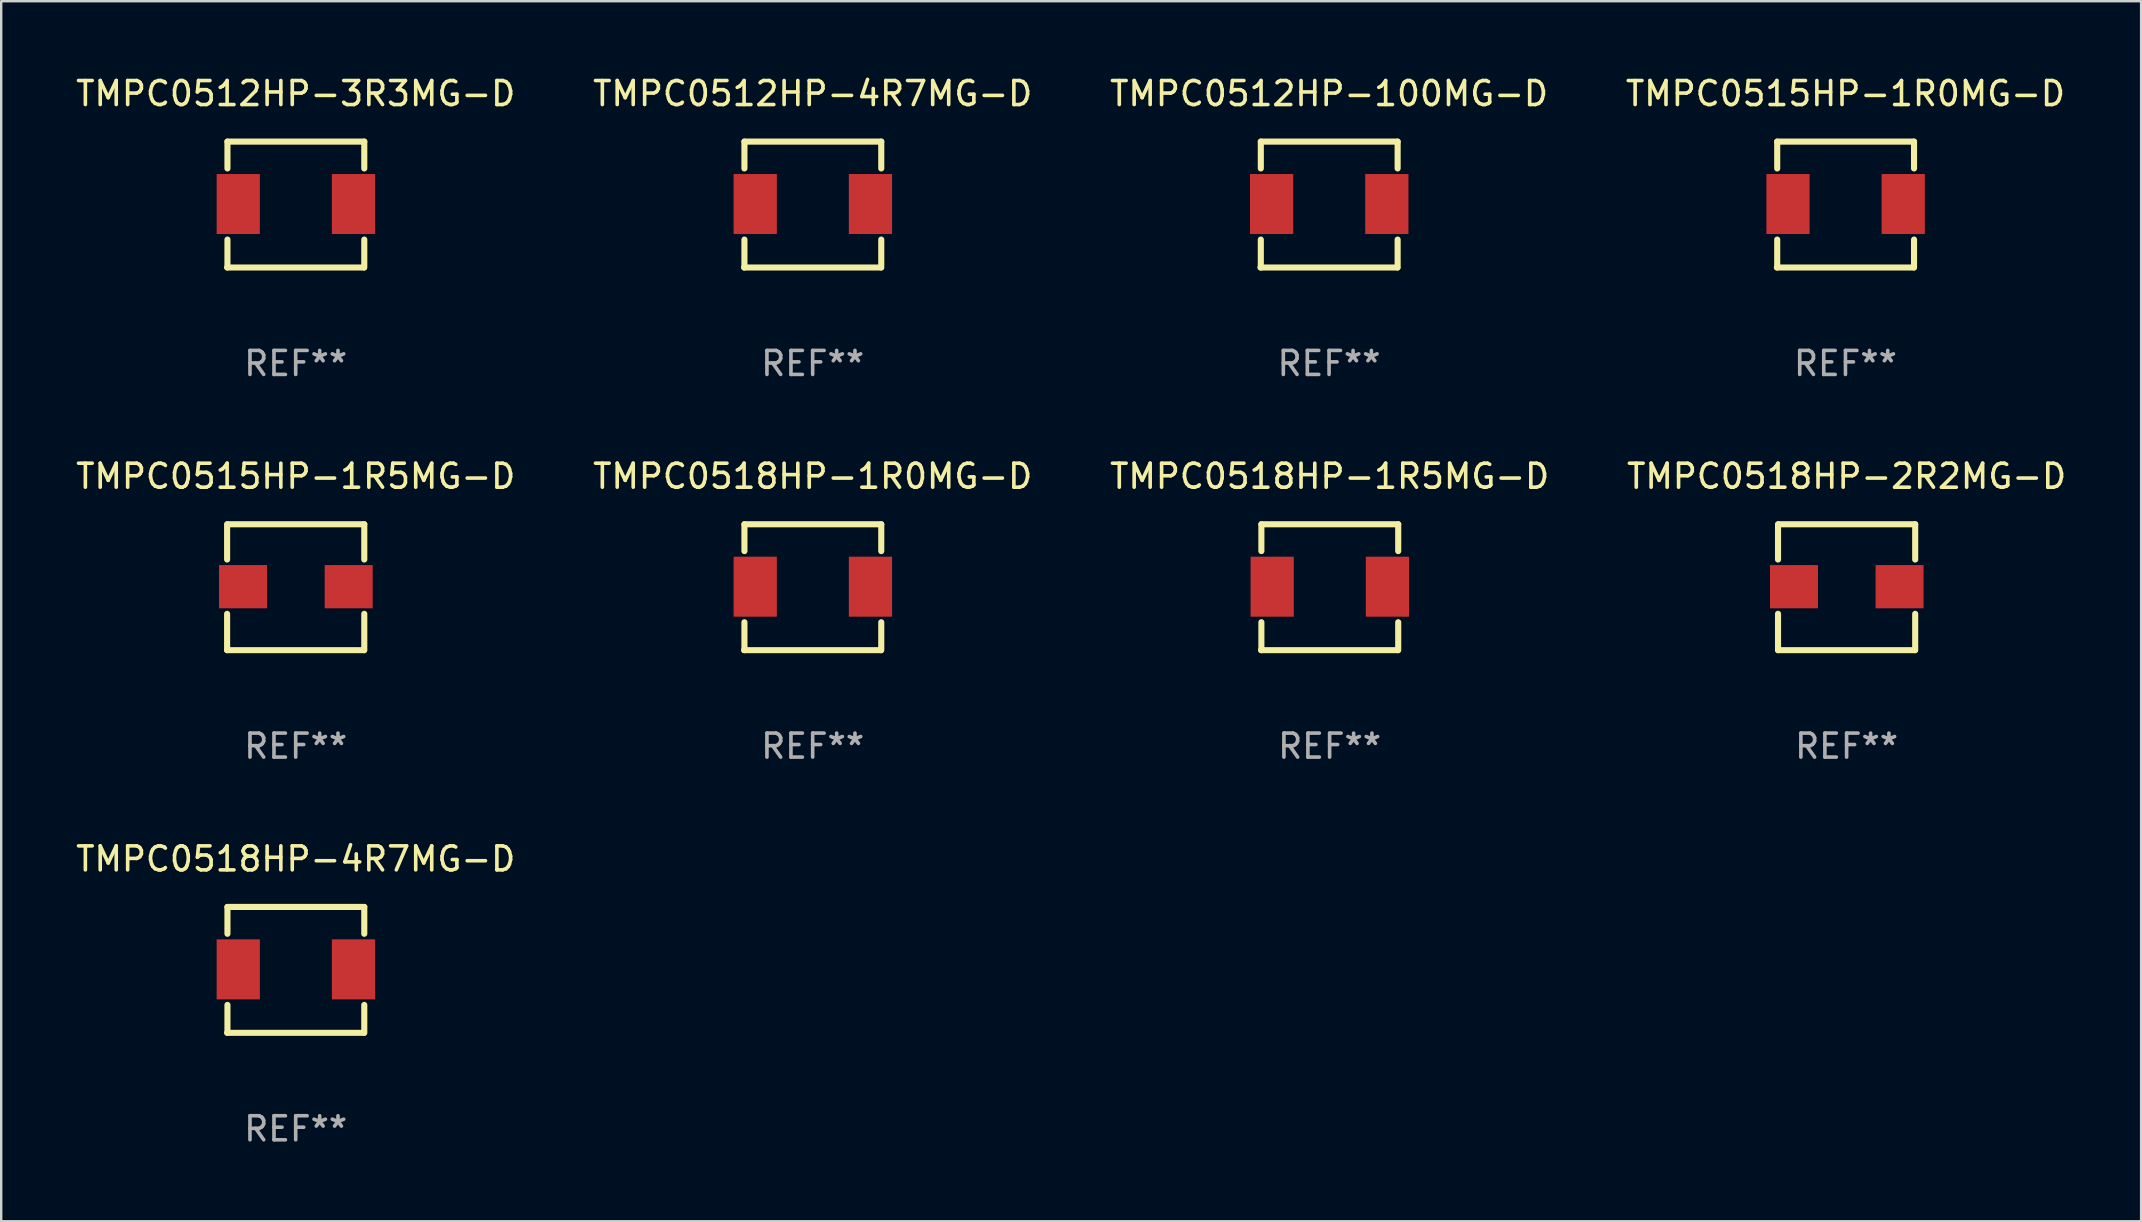
<source format=kicad_pcb>
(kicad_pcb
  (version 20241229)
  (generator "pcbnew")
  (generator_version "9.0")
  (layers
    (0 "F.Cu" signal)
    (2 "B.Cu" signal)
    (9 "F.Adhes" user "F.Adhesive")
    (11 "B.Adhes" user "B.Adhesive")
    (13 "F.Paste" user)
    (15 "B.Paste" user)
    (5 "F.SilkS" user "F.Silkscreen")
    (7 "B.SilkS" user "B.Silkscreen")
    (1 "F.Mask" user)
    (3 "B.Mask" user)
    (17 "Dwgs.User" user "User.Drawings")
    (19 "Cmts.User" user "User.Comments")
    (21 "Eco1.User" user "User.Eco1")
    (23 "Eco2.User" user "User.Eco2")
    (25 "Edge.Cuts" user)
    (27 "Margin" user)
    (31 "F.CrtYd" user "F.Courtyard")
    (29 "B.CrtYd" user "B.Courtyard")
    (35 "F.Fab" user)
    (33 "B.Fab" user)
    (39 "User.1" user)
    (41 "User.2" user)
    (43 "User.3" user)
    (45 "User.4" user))
  (footprint "TMPC0518HP-1R0MG-D"
    (layer "F.Cu")
    (at 30.804 21.412)
    (property "Reference" "TMPC0518HP-1R0MG-D" (at 0 -4.622 0) (layer "F.SilkS") (effects (font (size 1 1) (thickness 0.15))))
    (attr through_hole)
    (fp_line (start -2.843 -2.622) (end -2.843 -1.504) (stroke (width 0.254) (type solid)) (layer "F.SilkS"))
    (fp_line (start -2.843 -2.622) (end 2.857 -2.622) (stroke (width 0.254) (type solid)) (layer "F.SilkS"))
    (fp_line (start -2.843 1.459) (end -2.843 2.622) (stroke (width 0.254) (type solid)) (layer "F.SilkS"))
    (fp_line (start 2.843 2.622) (end -2.857 2.622) (stroke (width 0.254) (type solid)) (layer "F.SilkS"))
    (fp_line (start 2.857 -2.622) (end 2.857 -1.504) (stroke (width 0.254) (type solid)) (layer "F.SilkS"))
    (fp_line (start 2.857 1.459) (end 2.857 2.622) (stroke (width 0.254) (type solid)) (layer "F.SilkS"))
    (fp_circle (center -2.843 2.578) (end -2.813 2.578) (stroke (width 0.06) (type solid)) (fill no) (layer "F.SilkS"))
    (fp_text user "REF**" (at 0 6.622 0) (layer "F.Fab") (effects (font (size 1 1) (thickness 0.15))))
    (pad "1" smd rect (at -2.393 -0.022 270) (size 2.5 1.8) (layers "F.Cu" "F.Mask" "F.Paste"))
    (pad "2" smd rect (at 2.407 -0.022 270) (size 2.5 1.8) (layers "F.Cu" "F.Mask" "F.Paste")))
  (footprint "TMPC0512HP-3R3MG-D"
    (layer "F.Cu")
    (at 9.268 5.471)
    (property "Reference" "TMPC0512HP-3R3MG-D" (at 0 -4.622 0) (layer "F.SilkS") (effects (font (size 1 1) (thickness 0.15))))
    (attr through_hole)
    (fp_line (start -2.843 -2.622) (end -2.843 -1.504) (stroke (width 0.254) (type solid)) (layer "F.SilkS"))
    (fp_line (start -2.843 -2.622) (end 2.857 -2.622) (stroke (width 0.254) (type solid)) (layer "F.SilkS"))
    (fp_line (start -2.843 1.459) (end -2.843 2.622) (stroke (width 0.254) (type solid)) (layer "F.SilkS"))
    (fp_line (start 2.843 2.622) (end -2.857 2.622) (stroke (width 0.254) (type solid)) (layer "F.SilkS"))
    (fp_line (start 2.857 -2.622) (end 2.857 -1.504) (stroke (width 0.254) (type solid)) (layer "F.SilkS"))
    (fp_line (start 2.857 1.459) (end 2.857 2.622) (stroke (width 0.254) (type solid)) (layer "F.SilkS"))
    (fp_circle (center -2.843 2.578) (end -2.813 2.578) (stroke (width 0.06) (type solid)) (fill no) (layer "F.SilkS"))
    (fp_text user "REF**" (at 0 6.622 0) (layer "F.Fab") (effects (font (size 1 1) (thickness 0.15))))
    (pad "1" smd rect (at -2.393 -0.022 270) (size 2.5 1.8) (layers "F.Cu" "F.Mask" "F.Paste"))
    (pad "2" smd rect (at 2.407 -0.022 270) (size 2.5 1.8) (layers "F.Cu" "F.Mask" "F.Paste")))
  (footprint "TMPC0518HP-4R7MG-D"
    (layer "F.Cu")
    (at 9.268 37.353)
    (property "Reference" "TMPC0518HP-4R7MG-D" (at 0 -4.622 0) (layer "F.SilkS") (effects (font (size 1 1) (thickness 0.15))))
    (attr through_hole)
    (fp_line (start -2.843 -2.622) (end -2.843 -1.504) (stroke (width 0.254) (type solid)) (layer "F.SilkS"))
    (fp_line (start -2.843 -2.622) (end 2.857 -2.622) (stroke (width 0.254) (type solid)) (layer "F.SilkS"))
    (fp_line (start -2.843 1.459) (end -2.843 2.622) (stroke (width 0.254) (type solid)) (layer "F.SilkS"))
    (fp_line (start 2.843 2.622) (end -2.857 2.622) (stroke (width 0.254) (type solid)) (layer "F.SilkS"))
    (fp_line (start 2.857 -2.622) (end 2.857 -1.504) (stroke (width 0.254) (type solid)) (layer "F.SilkS"))
    (fp_line (start 2.857 1.459) (end 2.857 2.622) (stroke (width 0.254) (type solid)) (layer "F.SilkS"))
    (fp_circle (center -2.843 2.578) (end -2.813 2.578) (stroke (width 0.06) (type solid)) (fill no) (layer "F.SilkS"))
    (fp_text user "REF**" (at 0 6.622 0) (layer "F.Fab") (effects (font (size 1 1) (thickness 0.15))))
    (pad "1" smd rect (at -2.393 -0.022 270) (size 2.5 1.8) (layers "F.Cu" "F.Mask" "F.Paste"))
    (pad "2" smd rect (at 2.407 -0.022 270) (size 2.5 1.8) (layers "F.Cu" "F.Mask" "F.Paste")))
  (footprint "TMPC0515HP-1R0MG-D"
    (layer "F.Cu")
    (at 73.827 5.471)
    (property "Reference" "TMPC0515HP-1R0MG-D" (at 0 -4.622 0) (layer "F.SilkS") (effects (font (size 1 1) (thickness 0.15))))
    (attr through_hole)
    (fp_line (start -2.843 -2.622) (end -2.843 -1.504) (stroke (width 0.254) (type solid)) (layer "F.SilkS"))
    (fp_line (start -2.843 -2.622) (end 2.857 -2.622) (stroke (width 0.254) (type solid)) (layer "F.SilkS"))
    (fp_line (start -2.843 1.459) (end -2.843 2.622) (stroke (width 0.254) (type solid)) (layer "F.SilkS"))
    (fp_line (start 2.843 2.622) (end -2.857 2.622) (stroke (width 0.254) (type solid)) (layer "F.SilkS"))
    (fp_line (start 2.857 -2.622) (end 2.857 -1.504) (stroke (width 0.254) (type solid)) (layer "F.SilkS"))
    (fp_line (start 2.857 1.459) (end 2.857 2.622) (stroke (width 0.254) (type solid)) (layer "F.SilkS"))
    (fp_circle (center -2.843 2.578) (end -2.813 2.578) (stroke (width 0.06) (type solid)) (fill no) (layer "F.SilkS"))
    (fp_text user "REF**" (at 0 6.622 0) (layer "F.Fab") (effects (font (size 1 1) (thickness 0.15))))
    (pad "1" smd rect (at -2.393 -0.022 270) (size 2.5 1.8) (layers "F.Cu" "F.Mask" "F.Paste"))
    (pad "2" smd rect (at 2.407 -0.022 270) (size 2.5 1.8) (layers "F.Cu" "F.Mask" "F.Paste")))
  (footprint "TMPC0518HP-2R2MG-D"
    (layer "F.Cu")
    (at 73.875 21.412)
    (property "Reference" "TMPC0518HP-2R2MG-D" (at 0 -4.622 0) (layer "F.SilkS") (effects (font (size 1 1) (thickness 0.15))))
    (attr through_hole)
    (fp_line (start -2.857 -1.154) (end -2.857 -2.622) (stroke (width 0.254) (type solid)) (layer "F.SilkS"))
    (fp_line (start -2.857 2.622) (end -2.857 1.109) (stroke (width 0.254) (type solid)) (layer "F.SilkS"))
    (fp_line (start -2.843 -2.622) (end 2.857 -2.622) (stroke (width 0.254) (type solid)) (layer "F.SilkS"))
    (fp_line (start 2.843 2.622) (end -2.857 2.622) (stroke (width 0.254) (type solid)) (layer "F.SilkS"))
    (fp_line (start 2.857 -2.622) (end 2.857 -1.154) (stroke (width 0.254) (type solid)) (layer "F.SilkS"))
    (fp_line (start 2.857 1.109) (end 2.857 2.622) (stroke (width 0.254) (type solid)) (layer "F.SilkS"))
    (fp_circle (center -2.843 2.578) (end -2.813 2.578) (stroke (width 0.06) (type solid)) (fill no) (layer "F.SilkS"))
    (fp_text user "REF**" (at 0 6.622 0) (layer "F.Fab") (effects (font (size 1 1) (thickness 0.15))))
    (pad "1" smd rect (at -2.193 -0.022 270) (size 1.8 2) (layers "F.Cu" "F.Mask" "F.Paste"))
    (pad "2" smd rect (at 2.207 -0.022 270) (size 1.8 2) (layers "F.Cu" "F.Mask" "F.Paste")))
  (footprint "TMPC0512HP-100MG-D"
    (layer "F.Cu")
    (at 52.315 5.471)
    (property "Reference" "TMPC0512HP-100MG-D" (at 0 -4.622 0) (layer "F.SilkS") (effects (font (size 1 1) (thickness 0.15))))
    (attr through_hole)
    (fp_line (start -2.843 -2.622) (end -2.843 -1.504) (stroke (width 0.254) (type solid)) (layer "F.SilkS"))
    (fp_line (start -2.843 -2.622) (end 2.857 -2.622) (stroke (width 0.254) (type solid)) (layer "F.SilkS"))
    (fp_line (start -2.843 1.459) (end -2.843 2.622) (stroke (width 0.254) (type solid)) (layer "F.SilkS"))
    (fp_line (start 2.843 2.622) (end -2.857 2.622) (stroke (width 0.254) (type solid)) (layer "F.SilkS"))
    (fp_line (start 2.857 -2.622) (end 2.857 -1.504) (stroke (width 0.254) (type solid)) (layer "F.SilkS"))
    (fp_line (start 2.857 1.459) (end 2.857 2.622) (stroke (width 0.254) (type solid)) (layer "F.SilkS"))
    (fp_circle (center -2.843 2.578) (end -2.813 2.578) (stroke (width 0.06) (type solid)) (fill no) (layer "F.SilkS"))
    (fp_text user "REF**" (at 0 6.622 0) (layer "F.Fab") (effects (font (size 1 1) (thickness 0.15))))
    (pad "1" smd rect (at -2.393 -0.022 270) (size 2.5 1.8) (layers "F.Cu" "F.Mask" "F.Paste"))
    (pad "2" smd rect (at 2.407 -0.022 270) (size 2.5 1.8) (layers "F.Cu" "F.Mask" "F.Paste")))
  (footprint "TMPC0518HP-1R5MG-D"
    (layer "F.Cu")
    (at 52.339 21.412)
    (property "Reference" "TMPC0518HP-1R5MG-D" (at 0 -4.622 0) (layer "F.SilkS") (effects (font (size 1 1) (thickness 0.15))))
    (attr through_hole)
    (fp_line (start -2.843 -2.622) (end -2.843 -1.504) (stroke (width 0.254) (type solid)) (layer "F.SilkS"))
    (fp_line (start -2.843 -2.622) (end 2.857 -2.622) (stroke (width 0.254) (type solid)) (layer "F.SilkS"))
    (fp_line (start -2.843 1.459) (end -2.843 2.622) (stroke (width 0.254) (type solid)) (layer "F.SilkS"))
    (fp_line (start 2.843 2.622) (end -2.857 2.622) (stroke (width 0.254) (type solid)) (layer "F.SilkS"))
    (fp_line (start 2.857 -2.622) (end 2.857 -1.504) (stroke (width 0.254) (type solid)) (layer "F.SilkS"))
    (fp_line (start 2.857 1.459) (end 2.857 2.622) (stroke (width 0.254) (type solid)) (layer "F.SilkS"))
    (fp_circle (center -2.843 2.578) (end -2.813 2.578) (stroke (width 0.06) (type solid)) (fill no) (layer "F.SilkS"))
    (fp_text user "REF**" (at 0 6.622 0) (layer "F.Fab") (effects (font (size 1 1) (thickness 0.15))))
    (pad "1" smd rect (at -2.393 -0.022 270) (size 2.5 1.8) (layers "F.Cu" "F.Mask" "F.Paste"))
    (pad "2" smd rect (at 2.407 -0.022 270) (size 2.5 1.8) (layers "F.Cu" "F.Mask" "F.Paste")))
  (footprint "TMPC0512HP-4R7MG-D"
    (layer "F.Cu")
    (at 30.804 5.471)
    (property "Reference" "TMPC0512HP-4R7MG-D" (at 0 -4.622 0) (layer "F.SilkS") (effects (font (size 1 1) (thickness 0.15))))
    (attr through_hole)
    (fp_line (start -2.843 -2.622) (end -2.843 -1.504) (stroke (width 0.254) (type solid)) (layer "F.SilkS"))
    (fp_line (start -2.843 -2.622) (end 2.857 -2.622) (stroke (width 0.254) (type solid)) (layer "F.SilkS"))
    (fp_line (start -2.843 1.459) (end -2.843 2.622) (stroke (width 0.254) (type solid)) (layer "F.SilkS"))
    (fp_line (start 2.843 2.622) (end -2.857 2.622) (stroke (width 0.254) (type solid)) (layer "F.SilkS"))
    (fp_line (start 2.857 -2.622) (end 2.857 -1.504) (stroke (width 0.254) (type solid)) (layer "F.SilkS"))
    (fp_line (start 2.857 1.459) (end 2.857 2.622) (stroke (width 0.254) (type solid)) (layer "F.SilkS"))
    (fp_circle (center -2.843 2.578) (end -2.813 2.578) (stroke (width 0.06) (type solid)) (fill no) (layer "F.SilkS"))
    (fp_text user "REF**" (at 0 6.622 0) (layer "F.Fab") (effects (font (size 1 1) (thickness 0.15))))
    (pad "1" smd rect (at -2.393 -0.022 270) (size 2.5 1.8) (layers "F.Cu" "F.Mask" "F.Paste"))
    (pad "2" smd rect (at 2.407 -0.022 270) (size 2.5 1.8) (layers "F.Cu" "F.Mask" "F.Paste")))
  (footprint "TMPC0515HP-1R5MG-D"
    (layer "F.Cu")
    (at 9.268 21.412)
    (property "Reference" "TMPC0515HP-1R5MG-D" (at 0 -4.622 0) (layer "F.SilkS") (effects (font (size 1 1) (thickness 0.15))))
    (attr through_hole)
    (fp_line (start -2.857 -1.154) (end -2.857 -2.622) (stroke (width 0.254) (type solid)) (layer "F.SilkS"))
    (fp_line (start -2.857 2.622) (end -2.857 1.109) (stroke (width 0.254) (type solid)) (layer "F.SilkS"))
    (fp_line (start -2.843 -2.622) (end 2.857 -2.622) (stroke (width 0.254) (type solid)) (layer "F.SilkS"))
    (fp_line (start 2.843 2.622) (end -2.857 2.622) (stroke (width 0.254) (type solid)) (layer "F.SilkS"))
    (fp_line (start 2.857 -2.622) (end 2.857 -1.154) (stroke (width 0.254) (type solid)) (layer "F.SilkS"))
    (fp_line (start 2.857 1.109) (end 2.857 2.622) (stroke (width 0.254) (type solid)) (layer "F.SilkS"))
    (fp_circle (center -2.843 2.578) (end -2.813 2.578) (stroke (width 0.06) (type solid)) (fill no) (layer "F.SilkS"))
    (fp_text user "REF**" (at 0 6.622 0) (layer "F.Fab") (effects (font (size 1 1) (thickness 0.15))))
    (pad "1" smd rect (at -2.193 -0.022 270) (size 1.8 2) (layers "F.Cu" "F.Mask" "F.Paste"))
    (pad "2" smd rect (at 2.207 -0.022 270) (size 1.8 2) (layers "F.Cu" "F.Mask" "F.Paste")))
  (gr_rect
    (start -3 -3)
    (end 86.143 47.824)
    (stroke (width 0.1) (type default))
    (fill no)
    (layer "Edge.Cuts")))
</source>
